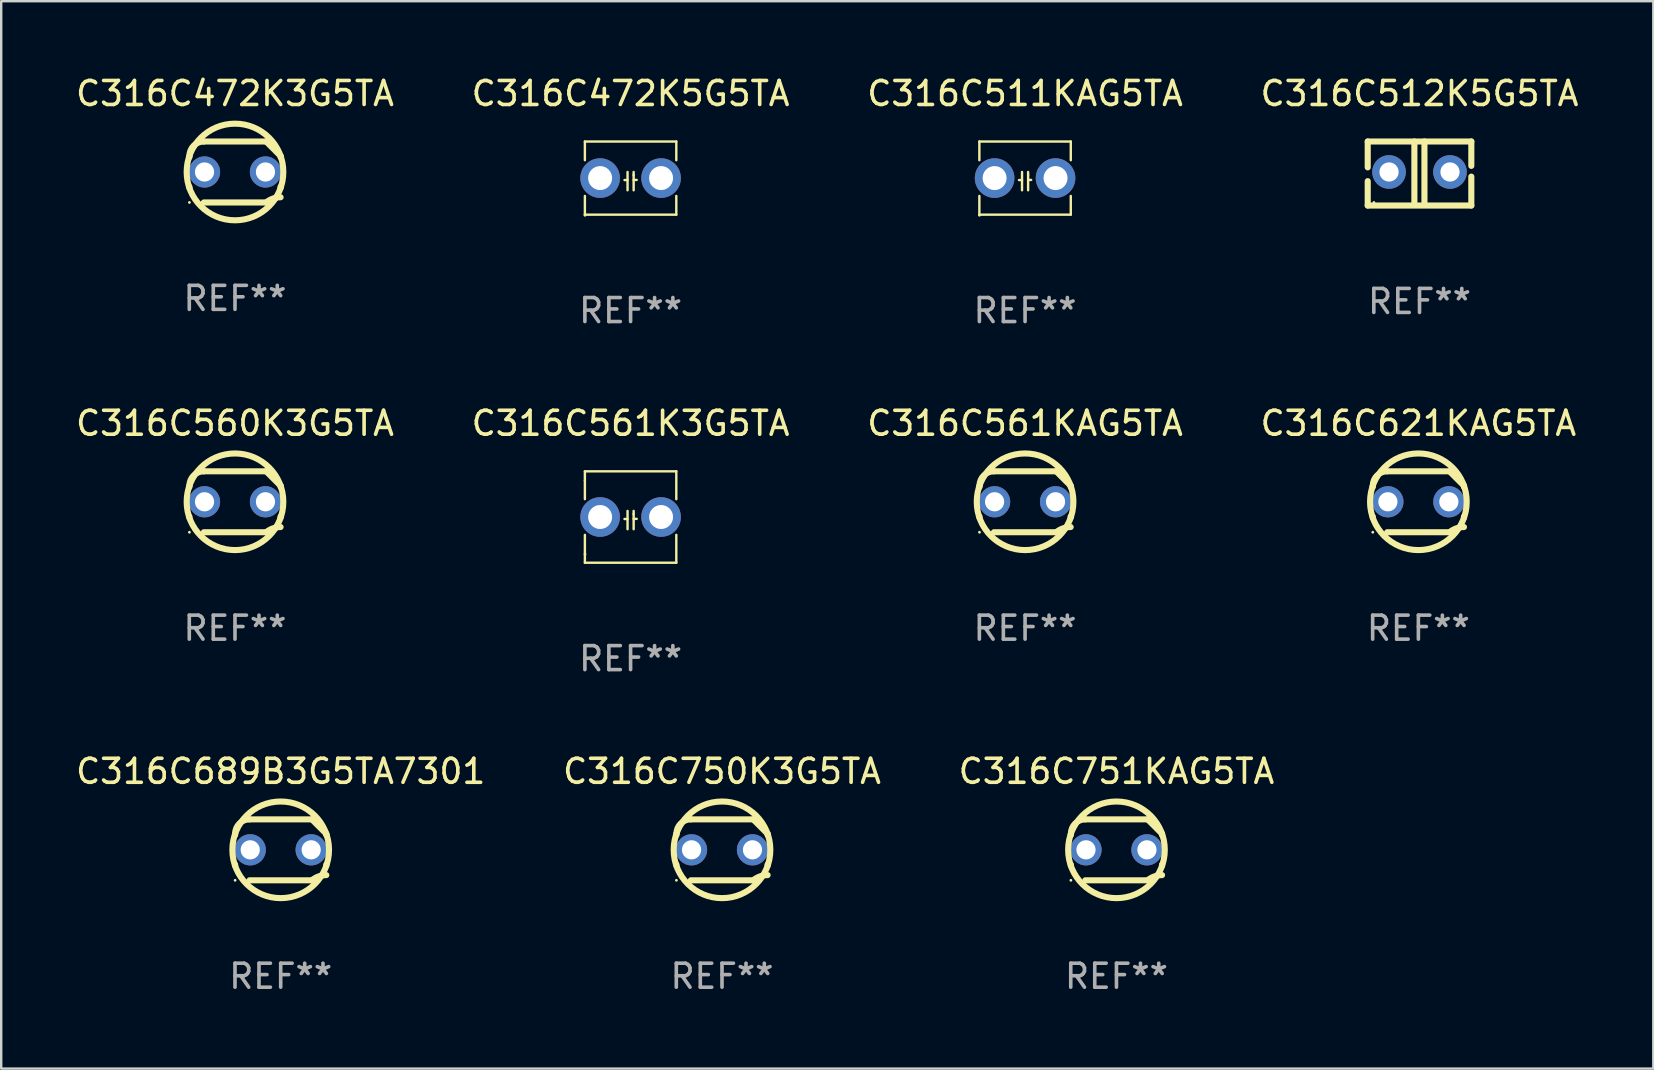
<source format=kicad_pcb>
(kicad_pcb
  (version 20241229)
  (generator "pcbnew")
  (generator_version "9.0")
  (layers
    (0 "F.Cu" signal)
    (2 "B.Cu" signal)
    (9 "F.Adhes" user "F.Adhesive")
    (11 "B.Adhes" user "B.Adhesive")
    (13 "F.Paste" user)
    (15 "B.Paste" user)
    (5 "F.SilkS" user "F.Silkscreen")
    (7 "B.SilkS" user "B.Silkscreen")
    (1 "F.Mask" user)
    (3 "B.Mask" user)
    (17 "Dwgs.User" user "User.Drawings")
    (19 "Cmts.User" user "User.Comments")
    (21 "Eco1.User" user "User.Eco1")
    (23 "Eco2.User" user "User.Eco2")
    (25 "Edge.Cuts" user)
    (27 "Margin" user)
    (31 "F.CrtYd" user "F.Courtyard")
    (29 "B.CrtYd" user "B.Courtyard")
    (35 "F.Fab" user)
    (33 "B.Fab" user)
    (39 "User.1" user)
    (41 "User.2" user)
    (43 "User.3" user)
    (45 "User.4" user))
  (footprint "C316C621KAG5TA"
    (layer "F.Cu")
    (at 56.065 17.863)
    (property "Reference" "C316C621KAG5TA" (at 0 -3.27 0) (layer "F.SilkS") (effects (font (size 1 1) (thickness 0.15))))
    (attr through_hole)
    (fp_line (start -1.9 -0.615) (end -1.9 -0.668) (stroke (width 0.254) (type solid)) (layer "F.SilkS"))
    (fp_line (start -1.9 0.668) (end -1.9 0.615) (stroke (width 0.254) (type solid)) (layer "F.SilkS"))
    (fp_line (start -1.298 1.27) (end 1.298 1.27) (stroke (width 0.254) (type solid)) (layer "F.SilkS"))
    (fp_line (start -1.298 -1.27) (end 1.298 -1.27) (stroke (width 0.254) (type solid)) (layer "F.SilkS"))
    (fp_line (start 1.9 -0.668) (end 1.9 -0.615) (stroke (width 0.254) (type solid)) (layer "F.SilkS"))
    (fp_line (start 1.9 0.615) (end 1.9 0.668) (stroke (width 0.254) (type solid)) (layer "F.SilkS"))
    (fp_arc (start -1.900025 0.667602) (mid 1.900003 -0.66758) (end -1.900025 0.667602) (stroke (width 0.254001) (type solid)) (layer "F.SilkS"))
    (fp_arc (start -1.9 -0.667602) (mid -1.723557 -1.093572) (end -1.297587 -1.270015) (stroke (width 0.254001) (type solid)) (layer "F.SilkS"))
    (fp_arc (start 1.297587 1.26999) (mid 1.579878 1.109027) (end 1.9 1.053172) (stroke (width 0.254001) (type solid)) (layer "F.SilkS"))
    (fp_arc (start 1.297611 -1.270042) (mid 1.598991 -0.969008) (end 1.900025 -0.667628) (stroke (width 0.254001) (type solid)) (layer "F.SilkS"))
    (fp_circle (center -1.9 1.27) (end -1.87 1.27) (stroke (width 0.06) (type solid)) (fill no) (layer "F.SilkS"))
    (fp_text user "REF**" (at 0 5.27 0) (layer "F.Fab") (effects (font (size 1 1) (thickness 0.15))))
    (pad "1" thru_hole circle (at -1.27 -0.000013) (size 1.3 1.3) (drill 0.8) (layers "*.Cu" "*.Mask"))
    (pad "2" thru_hole circle (at 1.27 -0.000013) (size 1.3 1.3) (drill 0.8) (layers "*.Cu" "*.Mask")))
  (footprint "C316C512K5G5TA"
    (layer "F.Cu")
    (at 56.113 4.182)
    (property "Reference" "C316C512K5G5TA" (at 0 -3.334 0) (layer "F.SilkS") (effects (font (size 1 1) (thickness 0.15))))
    (attr through_hole)
    (fp_line (start -2.159 -1.334) (end 2.159 -1.334) (stroke (width 0.254) (type solid)) (layer "F.SilkS"))
    (fp_line (start -2.159 -0.256) (end -2.159 -1.334) (stroke (width 0.254) (type solid)) (layer "F.SilkS"))
    (fp_line (start -2.159 1.334) (end -2.159 0.318) (stroke (width 0.254) (type solid)) (layer "F.SilkS"))
    (fp_line (start -0.214 -1.334) (end -0.214 1.207) (stroke (width 0.254) (type solid)) (layer "F.SilkS"))
    (fp_line (start 0.205 -1.334) (end 0.205 1.207) (stroke (width 0.254) (type solid)) (layer "F.SilkS"))
    (fp_line (start 2.159 -1.334) (end 2.159 -0.318) (stroke (width 0.254) (type solid)) (layer "F.SilkS"))
    (fp_line (start 2.159 0.129) (end 2.159 1.334) (stroke (width 0.254) (type solid)) (layer "F.SilkS"))
    (fp_line (start 2.159 1.334) (end -2.159 1.334) (stroke (width 0.254) (type solid)) (layer "F.SilkS"))
    (fp_circle (center -1.9 1.207) (end -1.87 1.207) (stroke (width 0.06) (type solid)) (fill no) (layer "F.SilkS"))
    (fp_text user "REF**" (at 0 5.334 0) (layer "F.Fab") (effects (font (size 1 1) (thickness 0.15))))
    (pad "1" thru_hole circle (at -1.27 -0.064) (size 1.4 1.4) (drill 0.8) (layers "*.Cu" "*.Mask"))
    (pad "2" thru_hole circle (at 1.27 -0.064) (size 1.4 1.4) (drill 0.8) (layers "*.Cu" "*.Mask")))
  (footprint "C316C561KAG5TA"
    (layer "F.Cu")
    (at 39.673 17.863)
    (property "Reference" "C316C561KAG5TA" (at 0 -3.27 0) (layer "F.SilkS") (effects (font (size 1 1) (thickness 0.15))))
    (attr through_hole)
    (fp_line (start -1.9 -0.615) (end -1.9 -0.668) (stroke (width 0.254) (type solid)) (layer "F.SilkS"))
    (fp_line (start -1.9 0.668) (end -1.9 0.615) (stroke (width 0.254) (type solid)) (layer "F.SilkS"))
    (fp_line (start -1.298 1.27) (end 1.298 1.27) (stroke (width 0.254) (type solid)) (layer "F.SilkS"))
    (fp_line (start -1.298 -1.27) (end 1.298 -1.27) (stroke (width 0.254) (type solid)) (layer "F.SilkS"))
    (fp_line (start 1.9 -0.668) (end 1.9 -0.615) (stroke (width 0.254) (type solid)) (layer "F.SilkS"))
    (fp_line (start 1.9 0.615) (end 1.9 0.668) (stroke (width 0.254) (type solid)) (layer "F.SilkS"))
    (fp_arc (start -1.900025 0.667602) (mid 1.900003 -0.66758) (end -1.900025 0.667602) (stroke (width 0.254001) (type solid)) (layer "F.SilkS"))
    (fp_arc (start -1.9 -0.667602) (mid -1.723557 -1.093572) (end -1.297587 -1.270015) (stroke (width 0.254001) (type solid)) (layer "F.SilkS"))
    (fp_arc (start 1.297587 1.26999) (mid 1.579878 1.109027) (end 1.9 1.053172) (stroke (width 0.254001) (type solid)) (layer "F.SilkS"))
    (fp_arc (start 1.297611 -1.270042) (mid 1.598991 -0.969008) (end 1.900025 -0.667628) (stroke (width 0.254001) (type solid)) (layer "F.SilkS"))
    (fp_circle (center -1.9 1.27) (end -1.87 1.27) (stroke (width 0.06) (type solid)) (fill no) (layer "F.SilkS"))
    (fp_text user "REF**" (at 0 5.27 0) (layer "F.Fab") (effects (font (size 1 1) (thickness 0.15))))
    (pad "1" thru_hole circle (at -1.27 -0.000013) (size 1.3 1.3) (drill 0.8) (layers "*.Cu" "*.Mask"))
    (pad "2" thru_hole circle (at 1.27 -0.000013) (size 1.3 1.3) (drill 0.8) (layers "*.Cu" "*.Mask")))
  (footprint "C316C750K3G5TA"
    (layer "F.Cu")
    (at 27.042 32.369)
    (property "Reference" "C316C750K3G5TA" (at 0 -3.27 0) (layer "F.SilkS") (effects (font (size 1 1) (thickness 0.15))))
    (attr through_hole)
    (fp_line (start -1.9 -0.615) (end -1.9 -0.668) (stroke (width 0.254) (type solid)) (layer "F.SilkS"))
    (fp_line (start -1.9 0.668) (end -1.9 0.615) (stroke (width 0.254) (type solid)) (layer "F.SilkS"))
    (fp_line (start -1.298 1.27) (end 1.298 1.27) (stroke (width 0.254) (type solid)) (layer "F.SilkS"))
    (fp_line (start -1.298 -1.27) (end 1.298 -1.27) (stroke (width 0.254) (type solid)) (layer "F.SilkS"))
    (fp_line (start 1.9 -0.668) (end 1.9 -0.615) (stroke (width 0.254) (type solid)) (layer "F.SilkS"))
    (fp_line (start 1.9 0.615) (end 1.9 0.668) (stroke (width 0.254) (type solid)) (layer "F.SilkS"))
    (fp_arc (start -1.900025 0.667602) (mid 1.900003 -0.66758) (end -1.900025 0.667602) (stroke (width 0.254001) (type solid)) (layer "F.SilkS"))
    (fp_arc (start -1.9 -0.667602) (mid -1.723557 -1.093572) (end -1.297587 -1.270015) (stroke (width 0.254001) (type solid)) (layer "F.SilkS"))
    (fp_arc (start 1.297587 1.26999) (mid 1.579878 1.109027) (end 1.9 1.053172) (stroke (width 0.254001) (type solid)) (layer "F.SilkS"))
    (fp_arc (start 1.297611 -1.270042) (mid 1.598991 -0.969008) (end 1.900025 -0.667628) (stroke (width 0.254001) (type solid)) (layer "F.SilkS"))
    (fp_circle (center -1.9 1.27) (end -1.87 1.27) (stroke (width 0.06) (type solid)) (fill no) (layer "F.SilkS"))
    (fp_text user "REF**" (at 0 5.27 0) (layer "F.Fab") (effects (font (size 1 1) (thickness 0.15))))
    (pad "1" thru_hole circle (at -1.27 -0.000013) (size 1.3 1.3) (drill 0.8) (layers "*.Cu" "*.Mask"))
    (pad "2" thru_hole circle (at 1.27 -0.000013) (size 1.3 1.3) (drill 0.8) (layers "*.Cu" "*.Mask")))
  (footprint "C316C689B3G5TA7301"
    (layer "F.Cu")
    (at 8.649 32.369)
    (property "Reference" "C316C689B3G5TA7301" (at 0 -3.27 0) (layer "F.SilkS") (effects (font (size 1 1) (thickness 0.15))))
    (attr through_hole)
    (fp_line (start -1.9 -0.615) (end -1.9 -0.668) (stroke (width 0.254) (type solid)) (layer "F.SilkS"))
    (fp_line (start -1.9 0.668) (end -1.9 0.615) (stroke (width 0.254) (type solid)) (layer "F.SilkS"))
    (fp_line (start -1.298 1.27) (end 1.298 1.27) (stroke (width 0.254) (type solid)) (layer "F.SilkS"))
    (fp_line (start -1.298 -1.27) (end 1.298 -1.27) (stroke (width 0.254) (type solid)) (layer "F.SilkS"))
    (fp_line (start 1.9 -0.668) (end 1.9 -0.615) (stroke (width 0.254) (type solid)) (layer "F.SilkS"))
    (fp_line (start 1.9 0.615) (end 1.9 0.668) (stroke (width 0.254) (type solid)) (layer "F.SilkS"))
    (fp_arc (start -1.900025 0.667602) (mid 1.900003 -0.66758) (end -1.900025 0.667602) (stroke (width 0.254001) (type solid)) (layer "F.SilkS"))
    (fp_arc (start -1.9 -0.667602) (mid -1.723557 -1.093572) (end -1.297587 -1.270015) (stroke (width 0.254001) (type solid)) (layer "F.SilkS"))
    (fp_arc (start 1.297587 1.26999) (mid 1.579878 1.109027) (end 1.9 1.053172) (stroke (width 0.254001) (type solid)) (layer "F.SilkS"))
    (fp_arc (start 1.297611 -1.270042) (mid 1.598991 -0.969008) (end 1.900025 -0.667628) (stroke (width 0.254001) (type solid)) (layer "F.SilkS"))
    (fp_circle (center -1.9 1.27) (end -1.87 1.27) (stroke (width 0.06) (type solid)) (fill no) (layer "F.SilkS"))
    (fp_text user "REF**" (at 0 5.27 0) (layer "F.Fab") (effects (font (size 1 1) (thickness 0.15))))
    (pad "1" thru_hole circle (at -1.27 -0.000013) (size 1.3 1.3) (drill 0.8) (layers "*.Cu" "*.Mask"))
    (pad "2" thru_hole circle (at 1.27 -0.000013) (size 1.3 1.3) (drill 0.8) (layers "*.Cu" "*.Mask")))
  (footprint "C316C511KAG5TA"
    (layer "F.Cu")
    (at 39.673 4.372)
    (property "Reference" "C316C511KAG5TA" (at 0 -3.524 0) (layer "F.SilkS") (effects (font (size 1 1) (thickness 0.15))))
    (attr through_hole)
    (fp_line (start -1.905 -1.524) (end -1.905 -0.745) (stroke (width 0.1) (type solid)) (layer "F.SilkS"))
    (fp_line (start -1.905 0.745) (end -1.905 1.524) (stroke (width 0.1) (type solid)) (layer "F.SilkS"))
    (fp_line (start -1.905 1.524) (end 1.905 1.524) (stroke (width 0.1) (type solid)) (layer "F.SilkS"))
    (fp_line (start -0.127 -0.254) (end -0.127 0.508) (stroke (width 0.1) (type solid)) (layer "F.SilkS"))
    (fp_line (start -0.127 0.082) (end -0.254 0.082) (stroke (width 0.1) (type solid)) (layer "F.SilkS"))
    (fp_line (start 0.127 -0.127) (end 0.127 -0.254) (stroke (width 0.1) (type solid)) (layer "F.SilkS"))
    (fp_line (start 0.127 -0.127) (end 0.127 0.508) (stroke (width 0.1) (type solid)) (layer "F.SilkS"))
    (fp_line (start 0.127 0.077) (end 0.254 0.077) (stroke (width 0.1) (type solid)) (layer "F.SilkS"))
    (fp_line (start 1.905 -1.524) (end -1.905 -1.524) (stroke (width 0.1) (type solid)) (layer "F.SilkS"))
    (fp_line (start 1.905 -0.745) (end 1.905 -1.524) (stroke (width 0.1) (type solid)) (layer "F.SilkS"))
    (fp_line (start 1.905 1.524) (end 1.905 0.745) (stroke (width 0.1) (type solid)) (layer "F.SilkS"))
    (fp_circle (center -1.9 1.55) (end -1.87 1.55) (stroke (width 0.06) (type solid)) (fill no) (layer "F.SilkS"))
    (fp_text user "REF**" (at 0 5.524 0) (layer "F.Fab") (effects (font (size 1 1) (thickness 0.15))))
    (pad "1" thru_hole circle (at -1.27 0) (size 1.65 1.65) (drill 1) (layers "*.Cu" "*.Mask"))
    (pad "2" thru_hole circle (at 1.27 0) (size 1.65 1.65) (drill 1) (layers "*.Cu" "*.Mask")))
  (footprint "C316C472K5G5TA"
    (layer "F.Cu")
    (at 23.232 4.372)
    (property "Reference" "C316C472K5G5TA" (at 0 -3.524 0) (layer "F.SilkS") (effects (font (size 1 1) (thickness 0.15))))
    (attr through_hole)
    (fp_line (start -1.905 -1.524) (end -1.905 -0.745) (stroke (width 0.1) (type solid)) (layer "F.SilkS"))
    (fp_line (start -1.905 0.745) (end -1.905 1.524) (stroke (width 0.1) (type solid)) (layer "F.SilkS"))
    (fp_line (start -1.905 1.524) (end 1.905 1.524) (stroke (width 0.1) (type solid)) (layer "F.SilkS"))
    (fp_line (start -0.127 -0.254) (end -0.127 0.508) (stroke (width 0.1) (type solid)) (layer "F.SilkS"))
    (fp_line (start -0.127 0.082) (end -0.254 0.082) (stroke (width 0.1) (type solid)) (layer "F.SilkS"))
    (fp_line (start 0.127 -0.127) (end 0.127 -0.254) (stroke (width 0.1) (type solid)) (layer "F.SilkS"))
    (fp_line (start 0.127 -0.127) (end 0.127 0.508) (stroke (width 0.1) (type solid)) (layer "F.SilkS"))
    (fp_line (start 0.127 0.077) (end 0.254 0.077) (stroke (width 0.1) (type solid)) (layer "F.SilkS"))
    (fp_line (start 1.905 -1.524) (end -1.905 -1.524) (stroke (width 0.1) (type solid)) (layer "F.SilkS"))
    (fp_line (start 1.905 -0.745) (end 1.905 -1.524) (stroke (width 0.1) (type solid)) (layer "F.SilkS"))
    (fp_line (start 1.905 1.524) (end 1.905 0.745) (stroke (width 0.1) (type solid)) (layer "F.SilkS"))
    (fp_circle (center -1.9 1.55) (end -1.87 1.55) (stroke (width 0.06) (type solid)) (fill no) (layer "F.SilkS"))
    (fp_text user "REF**" (at 0 5.524 0) (layer "F.Fab") (effects (font (size 1 1) (thickness 0.15))))
    (pad "1" thru_hole circle (at -1.27 0) (size 1.65 1.65) (drill 1) (layers "*.Cu" "*.Mask"))
    (pad "2" thru_hole circle (at 1.27 0) (size 1.65 1.65) (drill 1) (layers "*.Cu" "*.Mask")))
  (footprint "C316C561K3G5TA"
    (layer "F.Cu")
    (at 23.232 18.498)
    (property "Reference" "C316C561K3G5TA" (at 0 -3.905 0) (layer "F.SilkS") (effects (font (size 1 1) (thickness 0.15))))
    (attr through_hole)
    (fp_line (start -1.905 -1.905) (end -1.905 -1.524) (stroke (width 0.1) (type solid)) (layer "F.SilkS"))
    (fp_line (start -1.905 -1.524) (end -1.905 -0.745) (stroke (width 0.1) (type solid)) (layer "F.SilkS"))
    (fp_line (start -1.905 0.744) (end -1.905 1.905) (stroke (width 0.1) (type solid)) (layer "F.SilkS"))
    (fp_line (start -1.905 1.905) (end 1.905 1.905) (stroke (width 0.1) (type solid)) (layer "F.SilkS"))
    (fp_line (start -0.127 -0.254) (end -0.127 0.508) (stroke (width 0.1) (type solid)) (layer "F.SilkS"))
    (fp_line (start -0.127 0.082) (end -0.254 0.082) (stroke (width 0.1) (type solid)) (layer "F.SilkS"))
    (fp_line (start 0.127 -0.127) (end 0.127 -0.254) (stroke (width 0.1) (type solid)) (layer "F.SilkS"))
    (fp_line (start 0.127 -0.127) (end 0.127 0.508) (stroke (width 0.1) (type solid)) (layer "F.SilkS"))
    (fp_line (start 0.127 0.077) (end 0.254 0.077) (stroke (width 0.1) (type solid)) (layer "F.SilkS"))
    (fp_line (start 1.905 -1.905) (end -1.905 -1.905) (stroke (width 0.1) (type solid)) (layer "F.SilkS"))
    (fp_line (start 1.905 -0.744) (end 1.905 -1.905) (stroke (width 0.1) (type solid)) (layer "F.SilkS"))
    (fp_line (start 1.905 1.905) (end 1.905 0.744) (stroke (width 0.1) (type solid)) (layer "F.SilkS"))
    (fp_circle (center -1.9 1.55) (end -1.87 1.55) (stroke (width 0.06) (type solid)) (fill no) (layer "F.SilkS"))
    (fp_text user "REF**" (at 0 5.905 0) (layer "F.Fab") (effects (font (size 1 1) (thickness 0.15))))
    (pad "1" thru_hole circle (at -1.27 0) (size 1.65 1.65) (drill 1) (layers "*.Cu" "*.Mask"))
    (pad "2" thru_hole circle (at 1.27 0) (size 1.65 1.65) (drill 1) (layers "*.Cu" "*.Mask")))
  (footprint "C316C472K3G5TA"
    (layer "F.Cu")
    (at 6.744 4.118)
    (property "Reference" "C316C472K3G5TA" (at 0 -3.27 0) (layer "F.SilkS") (effects (font (size 1 1) (thickness 0.15))))
    (attr through_hole)
    (fp_line (start -1.9 -0.615) (end -1.9 -0.668) (stroke (width 0.254) (type solid)) (layer "F.SilkS"))
    (fp_line (start -1.9 0.668) (end -1.9 0.615) (stroke (width 0.254) (type solid)) (layer "F.SilkS"))
    (fp_line (start -1.298 1.27) (end 1.298 1.27) (stroke (width 0.254) (type solid)) (layer "F.SilkS"))
    (fp_line (start -1.298 -1.27) (end 1.298 -1.27) (stroke (width 0.254) (type solid)) (layer "F.SilkS"))
    (fp_line (start 1.9 -0.668) (end 1.9 -0.615) (stroke (width 0.254) (type solid)) (layer "F.SilkS"))
    (fp_line (start 1.9 0.615) (end 1.9 0.668) (stroke (width 0.254) (type solid)) (layer "F.SilkS"))
    (fp_arc (start -1.900025 0.667602) (mid 1.900003 -0.66758) (end -1.900025 0.667602) (stroke (width 0.254001) (type solid)) (layer "F.SilkS"))
    (fp_arc (start -1.9 -0.667602) (mid -1.723557 -1.093572) (end -1.297587 -1.270015) (stroke (width 0.254001) (type solid)) (layer "F.SilkS"))
    (fp_arc (start 1.297587 1.26999) (mid 1.579878 1.109027) (end 1.9 1.053172) (stroke (width 0.254001) (type solid)) (layer "F.SilkS"))
    (fp_arc (start 1.297611 -1.270042) (mid 1.598991 -0.969008) (end 1.900025 -0.667628) (stroke (width 0.254001) (type solid)) (layer "F.SilkS"))
    (fp_circle (center -1.9 1.27) (end -1.87 1.27) (stroke (width 0.06) (type solid)) (fill no) (layer "F.SilkS"))
    (fp_text user "REF**" (at 0 5.27 0) (layer "F.Fab") (effects (font (size 1 1) (thickness 0.15))))
    (pad "1" thru_hole circle (at -1.27 -0.000013) (size 1.3 1.3) (drill 0.8) (layers "*.Cu" "*.Mask"))
    (pad "2" thru_hole circle (at 1.27 -0.000013) (size 1.3 1.3) (drill 0.8) (layers "*.Cu" "*.Mask")))
  (footprint "C316C751KAG5TA"
    (layer "F.Cu")
    (at 43.482 32.369)
    (property "Reference" "C316C751KAG5TA" (at 0 -3.27 0) (layer "F.SilkS") (effects (font (size 1 1) (thickness 0.15))))
    (attr through_hole)
    (fp_line (start -1.9 -0.615) (end -1.9 -0.668) (stroke (width 0.254) (type solid)) (layer "F.SilkS"))
    (fp_line (start -1.9 0.668) (end -1.9 0.615) (stroke (width 0.254) (type solid)) (layer "F.SilkS"))
    (fp_line (start -1.298 1.27) (end 1.298 1.27) (stroke (width 0.254) (type solid)) (layer "F.SilkS"))
    (fp_line (start -1.298 -1.27) (end 1.298 -1.27) (stroke (width 0.254) (type solid)) (layer "F.SilkS"))
    (fp_line (start 1.9 -0.668) (end 1.9 -0.615) (stroke (width 0.254) (type solid)) (layer "F.SilkS"))
    (fp_line (start 1.9 0.615) (end 1.9 0.668) (stroke (width 0.254) (type solid)) (layer "F.SilkS"))
    (fp_arc (start -1.900025 0.667602) (mid 1.900003 -0.66758) (end -1.900025 0.667602) (stroke (width 0.254001) (type solid)) (layer "F.SilkS"))
    (fp_arc (start -1.9 -0.667602) (mid -1.723557 -1.093572) (end -1.297587 -1.270015) (stroke (width 0.254001) (type solid)) (layer "F.SilkS"))
    (fp_arc (start 1.297587 1.26999) (mid 1.579878 1.109027) (end 1.9 1.053172) (stroke (width 0.254001) (type solid)) (layer "F.SilkS"))
    (fp_arc (start 1.297611 -1.270042) (mid 1.598991 -0.969008) (end 1.900025 -0.667628) (stroke (width 0.254001) (type solid)) (layer "F.SilkS"))
    (fp_circle (center -1.9 1.27) (end -1.87 1.27) (stroke (width 0.06) (type solid)) (fill no) (layer "F.SilkS"))
    (fp_text user "REF**" (at 0 5.27 0) (layer "F.Fab") (effects (font (size 1 1) (thickness 0.15))))
    (pad "1" thru_hole circle (at -1.27 -0.000013) (size 1.3 1.3) (drill 0.8) (layers "*.Cu" "*.Mask"))
    (pad "2" thru_hole circle (at 1.27 -0.000013) (size 1.3 1.3) (drill 0.8) (layers "*.Cu" "*.Mask")))
  (footprint "C316C560K3G5TA"
    (layer "F.Cu")
    (at 6.744 17.863)
    (property "Reference" "C316C560K3G5TA" (at 0 -3.27 0) (layer "F.SilkS") (effects (font (size 1 1) (thickness 0.15))))
    (attr through_hole)
    (fp_line (start -1.9 -0.615) (end -1.9 -0.668) (stroke (width 0.254) (type solid)) (layer "F.SilkS"))
    (fp_line (start -1.9 0.668) (end -1.9 0.615) (stroke (width 0.254) (type solid)) (layer "F.SilkS"))
    (fp_line (start -1.298 1.27) (end 1.298 1.27) (stroke (width 0.254) (type solid)) (layer "F.SilkS"))
    (fp_line (start -1.298 -1.27) (end 1.298 -1.27) (stroke (width 0.254) (type solid)) (layer "F.SilkS"))
    (fp_line (start 1.9 -0.668) (end 1.9 -0.615) (stroke (width 0.254) (type solid)) (layer "F.SilkS"))
    (fp_line (start 1.9 0.615) (end 1.9 0.668) (stroke (width 0.254) (type solid)) (layer "F.SilkS"))
    (fp_arc (start -1.900025 0.667602) (mid 1.900003 -0.66758) (end -1.900025 0.667602) (stroke (width 0.254001) (type solid)) (layer "F.SilkS"))
    (fp_arc (start -1.9 -0.667602) (mid -1.723557 -1.093572) (end -1.297587 -1.270015) (stroke (width 0.254001) (type solid)) (layer "F.SilkS"))
    (fp_arc (start 1.297587 1.26999) (mid 1.579878 1.109027) (end 1.9 1.053172) (stroke (width 0.254001) (type solid)) (layer "F.SilkS"))
    (fp_arc (start 1.297611 -1.270042) (mid 1.598991 -0.969008) (end 1.900025 -0.667628) (stroke (width 0.254001) (type solid)) (layer "F.SilkS"))
    (fp_circle (center -1.9 1.27) (end -1.87 1.27) (stroke (width 0.06) (type solid)) (fill no) (layer "F.SilkS"))
    (fp_text user "REF**" (at 0 5.27 0) (layer "F.Fab") (effects (font (size 1 1) (thickness 0.15))))
    (pad "1" thru_hole circle (at -1.27 -0.000013) (size 1.3 1.3) (drill 0.8) (layers "*.Cu" "*.Mask"))
    (pad "2" thru_hole circle (at 1.27 -0.000013) (size 1.3 1.3) (drill 0.8) (layers "*.Cu" "*.Mask")))
  (gr_rect
    (start -3 -3)
    (end 65.857 41.488)
    (stroke (width 0.1) (type default))
    (fill no)
    (layer "Edge.Cuts")))
</source>
